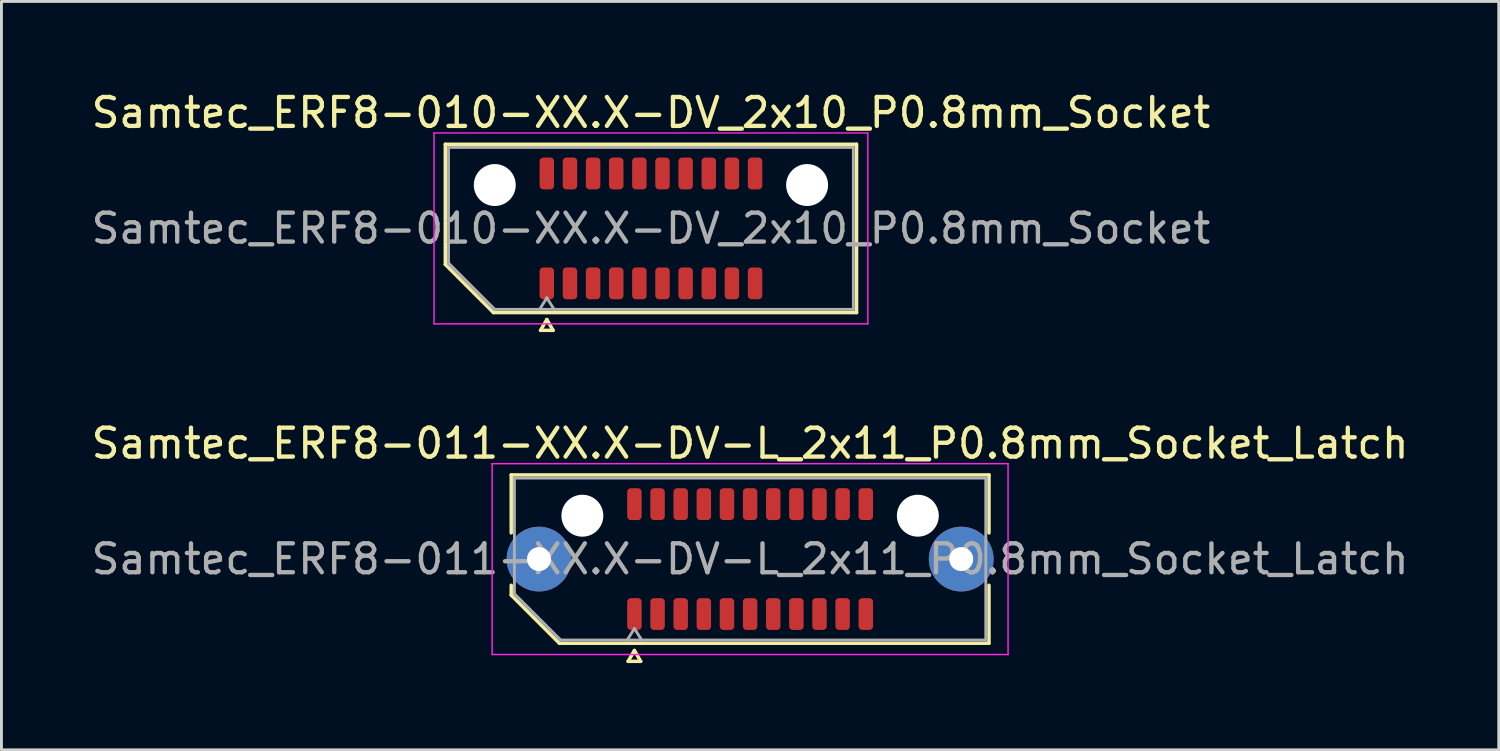
<source format=kicad_pcb>
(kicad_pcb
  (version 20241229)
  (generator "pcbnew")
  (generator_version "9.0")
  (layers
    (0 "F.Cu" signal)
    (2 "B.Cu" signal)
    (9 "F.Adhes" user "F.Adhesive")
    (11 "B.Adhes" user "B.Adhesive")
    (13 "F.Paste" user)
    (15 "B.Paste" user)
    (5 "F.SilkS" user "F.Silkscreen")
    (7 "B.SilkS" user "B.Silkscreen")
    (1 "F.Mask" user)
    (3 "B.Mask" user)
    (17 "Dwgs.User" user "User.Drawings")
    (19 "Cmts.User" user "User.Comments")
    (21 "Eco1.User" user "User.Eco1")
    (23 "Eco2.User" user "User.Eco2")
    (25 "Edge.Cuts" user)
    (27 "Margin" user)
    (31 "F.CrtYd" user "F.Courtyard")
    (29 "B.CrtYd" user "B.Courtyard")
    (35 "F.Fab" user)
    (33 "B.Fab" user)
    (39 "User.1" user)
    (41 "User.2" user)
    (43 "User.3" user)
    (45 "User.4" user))
  (footprint "Samtec_ERF8-011-XX.X-DV-L_2x11_P0.8mm_Socket_Latch"
    (layer "F.Cu")
    (at 22.887 16.282)
    (property "Reference" "Samtec_ERF8-011-XX.X-DV-L_2x11_P0.8mm_Socket_Latch" (at 0 -4 0) (layer "F.SilkS") (effects (font (size 1 1) (thickness 0.15))))
    (attr smd)
    (fp_line (start -8.26 -2.91) (end 8.26 -2.91) (stroke (width 0.12) (type solid)) (layer "F.SilkS"))
    (fp_line (start -8.26 -0.906) (end -8.26 -2.91) (stroke (width 0.12) (type solid)) (layer "F.SilkS"))
    (fp_line (start -8.26 1.246) (end -8.26 0.906) (stroke (width 0.12) (type solid)) (layer "F.SilkS"))
    (fp_line (start -6.596 2.91) (end -8.26 1.246) (stroke (width 0.12) (type solid)) (layer "F.SilkS"))
    (fp_line (start -4.217 3.535) (end -4 3.16) (stroke (width 0.12) (type solid)) (layer "F.SilkS"))
    (fp_line (start -4 3.16) (end -3.783 3.535) (stroke (width 0.12) (type solid)) (layer "F.SilkS"))
    (fp_line (start -3.783 3.535) (end -4.217 3.535) (stroke (width 0.12) (type solid)) (layer "F.SilkS"))
    (fp_line (start 8.26 -2.91) (end 8.26 -0.906) (stroke (width 0.12) (type solid)) (layer "F.SilkS"))
    (fp_line (start 8.26 0.906) (end 8.26 2.91) (stroke (width 0.12) (type solid)) (layer "F.SilkS"))
    (fp_line (start 8.26 2.91) (end -6.596 2.91) (stroke (width 0.12) (type solid)) (layer "F.SilkS"))
    (fp_line (start -8.92 -3.3) (end -8.92 3.3) (stroke (width 0.05) (type solid)) (layer "F.CrtYd"))
    (fp_line (start -8.92 3.3) (end 8.92 3.3) (stroke (width 0.05) (type solid)) (layer "F.CrtYd"))
    (fp_line (start 8.92 -3.3) (end -8.92 -3.3) (stroke (width 0.05) (type solid)) (layer "F.CrtYd"))
    (fp_line (start 8.92 3.3) (end 8.92 -3.3) (stroke (width 0.05) (type solid)) (layer "F.CrtYd"))
    (fp_line (start -8.15 -2.8) (end 8.15 -2.8) (stroke (width 0.1) (type solid)) (layer "F.Fab"))
    (fp_line (start -8.15 1.2) (end -8.15 -2.8) (stroke (width 0.1) (type solid)) (layer "F.Fab"))
    (fp_line (start -6.55 2.8) (end -8.15 1.2) (stroke (width 0.1) (type solid)) (layer "F.Fab"))
    (fp_line (start -4 2.4) (end -4.25 2.8) (stroke (width 0.1) (type solid)) (layer "F.Fab"))
    (fp_line (start -4 2.4) (end -3.75 2.8) (stroke (width 0.1) (type solid)) (layer "F.Fab"))
    (fp_line (start 8.15 -2.8) (end 8.15 2.8) (stroke (width 0.1) (type solid)) (layer "F.Fab"))
    (fp_line (start 8.15 2.8) (end -6.55 2.8) (stroke (width 0.1) (type solid)) (layer "F.Fab"))
    (fp_text user "${REFERENCE}" (at 0 0 0) (layer "F.Fab") (effects (font (size 1 1) (thickness 0.15))))
    (pad "" thru_hole circle (at -7.3 0) (size 2.24 2.24) (drill 0.83) (layers "*.Cu" "*.Mask" "F.Paste"))
    (pad "" np_thru_hole circle (at -5.8 -1.5) (size 1.45 1.45) (drill 1.45) (layers "*.Cu" "*.Mask"))
    (pad "" np_thru_hole circle (at 5.8 -1.5) (size 1.45 1.45) (drill 1.45) (layers "*.Cu" "*.Mask"))
    (pad "" thru_hole circle (at 7.3 0) (size 2.24 2.24) (drill 0.83) (layers "*.Cu" "*.Mask" "F.Paste"))
    (pad "1" smd roundrect (at -4 1.9) (size 0.5 1.1) (layers "F.Cu" "F.Mask" "F.Paste") (roundrect_rratio 0.25))
    (pad "2" smd roundrect (at -4 -1.9) (size 0.5 1.1) (layers "F.Cu" "F.Mask" "F.Paste") (roundrect_rratio 0.25))
    (pad "3" smd roundrect (at -3.2 1.9) (size 0.5 1.1) (layers "F.Cu" "F.Mask" "F.Paste") (roundrect_rratio 0.25))
    (pad "4" smd roundrect (at -3.2 -1.9) (size 0.5 1.1) (layers "F.Cu" "F.Mask" "F.Paste") (roundrect_rratio 0.25))
    (pad "5" smd roundrect (at -2.4 1.9) (size 0.5 1.1) (layers "F.Cu" "F.Mask" "F.Paste") (roundrect_rratio 0.25))
    (pad "6" smd roundrect (at -2.4 -1.9) (size 0.5 1.1) (layers "F.Cu" "F.Mask" "F.Paste") (roundrect_rratio 0.25))
    (pad "7" smd roundrect (at -1.6 1.9) (size 0.5 1.1) (layers "F.Cu" "F.Mask" "F.Paste") (roundrect_rratio 0.25))
    (pad "8" smd roundrect (at -1.6 -1.9) (size 0.5 1.1) (layers "F.Cu" "F.Mask" "F.Paste") (roundrect_rratio 0.25))
    (pad "9" smd roundrect (at -0.8 1.9) (size 0.5 1.1) (layers "F.Cu" "F.Mask" "F.Paste") (roundrect_rratio 0.25))
    (pad "10" smd roundrect (at -0.8 -1.9) (size 0.5 1.1) (layers "F.Cu" "F.Mask" "F.Paste") (roundrect_rratio 0.25))
    (pad "11" smd roundrect (at 0 1.9) (size 0.5 1.1) (layers "F.Cu" "F.Mask" "F.Paste") (roundrect_rratio 0.25))
    (pad "12" smd roundrect (at 0 -1.9) (size 0.5 1.1) (layers "F.Cu" "F.Mask" "F.Paste") (roundrect_rratio 0.25))
    (pad "13" smd roundrect (at 0.8 1.9) (size 0.5 1.1) (layers "F.Cu" "F.Mask" "F.Paste") (roundrect_rratio 0.25))
    (pad "14" smd roundrect (at 0.8 -1.9) (size 0.5 1.1) (layers "F.Cu" "F.Mask" "F.Paste") (roundrect_rratio 0.25))
    (pad "15" smd roundrect (at 1.6 1.9) (size 0.5 1.1) (layers "F.Cu" "F.Mask" "F.Paste") (roundrect_rratio 0.25))
    (pad "16" smd roundrect (at 1.6 -1.9) (size 0.5 1.1) (layers "F.Cu" "F.Mask" "F.Paste") (roundrect_rratio 0.25))
    (pad "17" smd roundrect (at 2.4 1.9) (size 0.5 1.1) (layers "F.Cu" "F.Mask" "F.Paste") (roundrect_rratio 0.25))
    (pad "18" smd roundrect (at 2.4 -1.9) (size 0.5 1.1) (layers "F.Cu" "F.Mask" "F.Paste") (roundrect_rratio 0.25))
    (pad "19" smd roundrect (at 3.2 1.9) (size 0.5 1.1) (layers "F.Cu" "F.Mask" "F.Paste") (roundrect_rratio 0.25))
    (pad "20" smd roundrect (at 3.2 -1.9) (size 0.5 1.1) (layers "F.Cu" "F.Mask" "F.Paste") (roundrect_rratio 0.25))
    (pad "21" smd roundrect (at 4 1.9) (size 0.5 1.1) (layers "F.Cu" "F.Mask" "F.Paste") (roundrect_rratio 0.25))
    (pad "22" smd roundrect (at 4 -1.9) (size 0.5 1.1) (layers "F.Cu" "F.Mask" "F.Paste") (roundrect_rratio 0.25)))
  (footprint "Samtec_ERF8-010-XX.X-DV_2x10_P0.8mm_Socket"
    (layer "F.Cu")
    (at 19.458 4.848)
    (property "Reference" "Samtec_ERF8-010-XX.X-DV_2x10_P0.8mm_Socket" (at 0 -4 0) (layer "F.SilkS") (effects (font (size 1 1) (thickness 0.15))))
    (attr smd)
    (fp_line (start -7.11 -2.91) (end 7.11 -2.91) (stroke (width 0.12) (type solid)) (layer "F.SilkS"))
    (fp_line (start -7.11 1.246) (end -7.11 -2.91) (stroke (width 0.12) (type solid)) (layer "F.SilkS"))
    (fp_line (start -5.446 2.91) (end -7.11 1.246) (stroke (width 0.12) (type solid)) (layer "F.SilkS"))
    (fp_line (start -3.817 3.525) (end -3.6 3.15) (stroke (width 0.12) (type solid)) (layer "F.SilkS"))
    (fp_line (start -3.6 3.15) (end -3.383 3.525) (stroke (width 0.12) (type solid)) (layer "F.SilkS"))
    (fp_line (start -3.383 3.525) (end -3.817 3.525) (stroke (width 0.12) (type solid)) (layer "F.SilkS"))
    (fp_line (start 7.11 -2.91) (end 7.11 2.91) (stroke (width 0.12) (type solid)) (layer "F.SilkS"))
    (fp_line (start 7.11 2.91) (end -5.446 2.91) (stroke (width 0.12) (type solid)) (layer "F.SilkS"))
    (fp_line (start -7.5 -3.3) (end -7.5 3.3) (stroke (width 0.05) (type solid)) (layer "F.CrtYd"))
    (fp_line (start -7.5 3.3) (end 7.5 3.3) (stroke (width 0.05) (type solid)) (layer "F.CrtYd"))
    (fp_line (start 7.5 -3.3) (end -7.5 -3.3) (stroke (width 0.05) (type solid)) (layer "F.CrtYd"))
    (fp_line (start 7.5 3.3) (end 7.5 -3.3) (stroke (width 0.05) (type solid)) (layer "F.CrtYd"))
    (fp_line (start -7 -2.8) (end 7 -2.8) (stroke (width 0.1) (type solid)) (layer "F.Fab"))
    (fp_line (start -7 1.2) (end -7 -2.8) (stroke (width 0.1) (type solid)) (layer "F.Fab"))
    (fp_line (start -5.4 2.8) (end -7 1.2) (stroke (width 0.1) (type solid)) (layer "F.Fab"))
    (fp_line (start -3.6 2.4) (end -3.85 2.8) (stroke (width 0.1) (type solid)) (layer "F.Fab"))
    (fp_line (start -3.6 2.4) (end -3.35 2.8) (stroke (width 0.1) (type solid)) (layer "F.Fab"))
    (fp_line (start 7 -2.8) (end 7 2.8) (stroke (width 0.1) (type solid)) (layer "F.Fab"))
    (fp_line (start 7 2.8) (end -5.4 2.8) (stroke (width 0.1) (type solid)) (layer "F.Fab"))
    (fp_text user "${REFERENCE}" (at 0 0 0) (layer "F.Fab") (effects (font (size 1 1) (thickness 0.15))))
    (pad "" np_thru_hole circle (at -5.4 -1.5) (size 1.45 1.45) (drill 1.45) (layers "*.Cu" "*.Mask"))
    (pad "" np_thru_hole circle (at 5.4 -1.5) (size 1.45 1.45) (drill 1.45) (layers "*.Cu" "*.Mask"))
    (pad "1" smd roundrect (at -3.6 1.9) (size 0.5 1.1) (layers "F.Cu" "F.Mask" "F.Paste") (roundrect_rratio 0.25))
    (pad "2" smd roundrect (at -3.6 -1.9) (size 0.5 1.1) (layers "F.Cu" "F.Mask" "F.Paste") (roundrect_rratio 0.25))
    (pad "3" smd roundrect (at -2.8 1.9) (size 0.5 1.1) (layers "F.Cu" "F.Mask" "F.Paste") (roundrect_rratio 0.25))
    (pad "4" smd roundrect (at -2.8 -1.9) (size 0.5 1.1) (layers "F.Cu" "F.Mask" "F.Paste") (roundrect_rratio 0.25))
    (pad "5" smd roundrect (at -2 1.9) (size 0.5 1.1) (layers "F.Cu" "F.Mask" "F.Paste") (roundrect_rratio 0.25))
    (pad "6" smd roundrect (at -2 -1.9) (size 0.5 1.1) (layers "F.Cu" "F.Mask" "F.Paste") (roundrect_rratio 0.25))
    (pad "7" smd roundrect (at -1.2 1.9) (size 0.5 1.1) (layers "F.Cu" "F.Mask" "F.Paste") (roundrect_rratio 0.25))
    (pad "8" smd roundrect (at -1.2 -1.9) (size 0.5 1.1) (layers "F.Cu" "F.Mask" "F.Paste") (roundrect_rratio 0.25))
    (pad "9" smd roundrect (at -0.4 1.9) (size 0.5 1.1) (layers "F.Cu" "F.Mask" "F.Paste") (roundrect_rratio 0.25))
    (pad "10" smd roundrect (at -0.4 -1.9) (size 0.5 1.1) (layers "F.Cu" "F.Mask" "F.Paste") (roundrect_rratio 0.25))
    (pad "11" smd roundrect (at 0.4 1.9) (size 0.5 1.1) (layers "F.Cu" "F.Mask" "F.Paste") (roundrect_rratio 0.25))
    (pad "12" smd roundrect (at 0.4 -1.9) (size 0.5 1.1) (layers "F.Cu" "F.Mask" "F.Paste") (roundrect_rratio 0.25))
    (pad "13" smd roundrect (at 1.2 1.9) (size 0.5 1.1) (layers "F.Cu" "F.Mask" "F.Paste") (roundrect_rratio 0.25))
    (pad "14" smd roundrect (at 1.2 -1.9) (size 0.5 1.1) (layers "F.Cu" "F.Mask" "F.Paste") (roundrect_rratio 0.25))
    (pad "15" smd roundrect (at 2 1.9) (size 0.5 1.1) (layers "F.Cu" "F.Mask" "F.Paste") (roundrect_rratio 0.25))
    (pad "16" smd roundrect (at 2 -1.9) (size 0.5 1.1) (layers "F.Cu" "F.Mask" "F.Paste") (roundrect_rratio 0.25))
    (pad "17" smd roundrect (at 2.8 1.9) (size 0.5 1.1) (layers "F.Cu" "F.Mask" "F.Paste") (roundrect_rratio 0.25))
    (pad "18" smd roundrect (at 2.8 -1.9) (size 0.5 1.1) (layers "F.Cu" "F.Mask" "F.Paste") (roundrect_rratio 0.25))
    (pad "19" smd roundrect (at 3.6 1.9) (size 0.5 1.1) (layers "F.Cu" "F.Mask" "F.Paste") (roundrect_rratio 0.25))
    (pad "20" smd roundrect (at 3.6 -1.9) (size 0.5 1.1) (layers "F.Cu" "F.Mask" "F.Paste") (roundrect_rratio 0.25)))
  (gr_rect
    (start -3 -3)
    (end 48.774 22.877)
    (stroke (width 0.1) (type default))
    (fill no)
    (layer "Edge.Cuts")))
</source>
